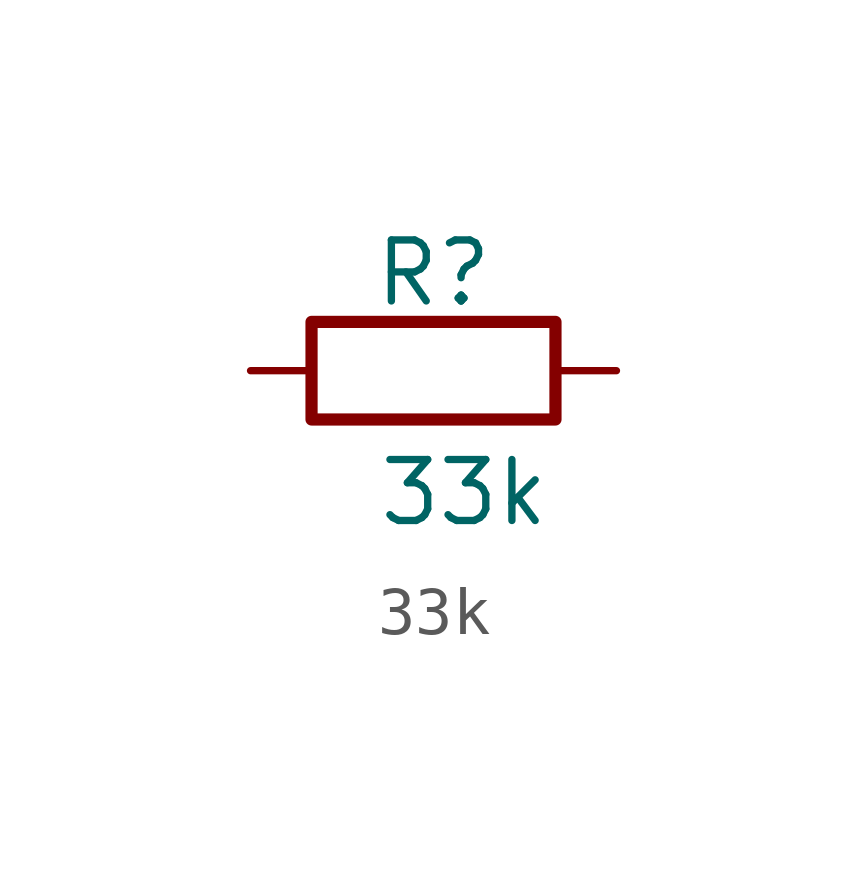
<source format=kicad_sym>
(kicad_symbol_lib
  (version 20210619)
  (generator kicad_symbol_editor)
  (symbol "my_Library:33k"
    (pin_numbers hide)
    (pin_names
      (offset 0))
    (property "Reference" "R"
      (at 0 2.032 0)
      (effects (font (size 1.27 1.27))))
    (property "Value" "33k"
      (at 0.635 -2.54 0)
      (effects (font (size 1.27 1.27))))
    (symbol "33k_0_1"
      (rectangle (start 2.54 -1.016) (end -2.54 1.016) (stroke (width 0.254)) (fill (type none))))
    (symbol "33k_1_1"
      (pin passive line (at -3.81 0 0) (length 1.27) (name "~" (effects (font (size 1.27 1.27)))) (number "1" (effects (font (size 1.27 1.27)))))
      (pin passive line (at 3.81 0 180) (length 1.27) (name "~" (effects (font (size 1.27 1.27)))) (number "2" (effects (font (size 1.27 1.27))))))))
</source>
